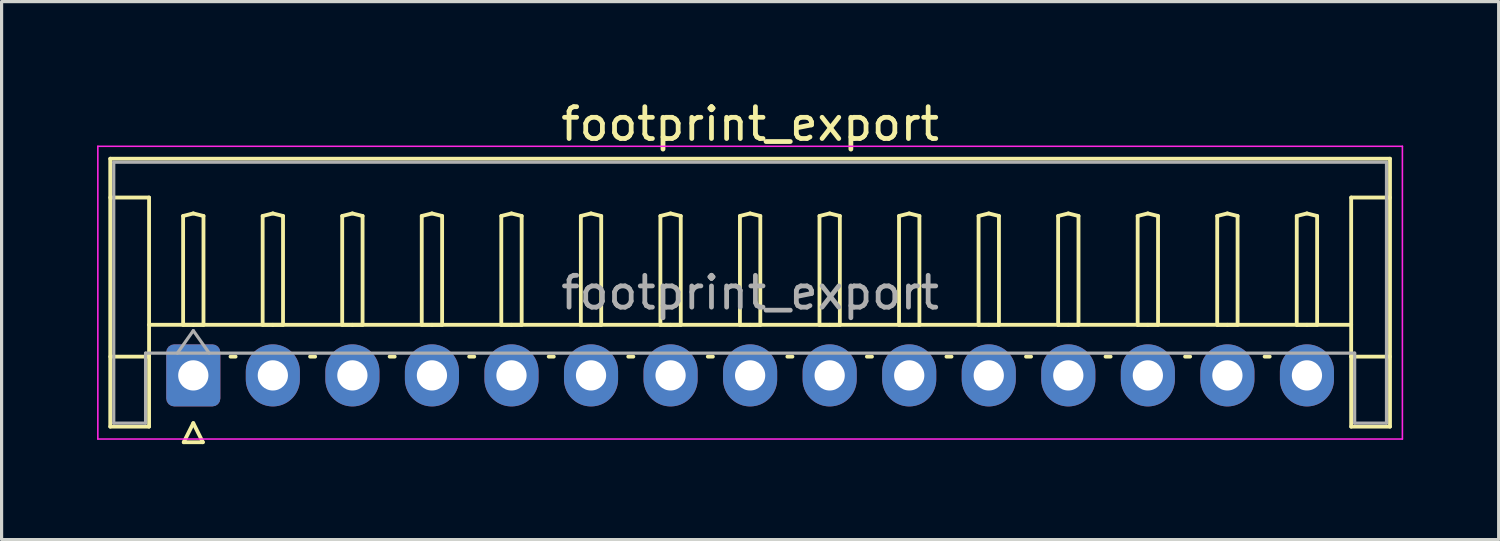
<source format=kicad_pcb>
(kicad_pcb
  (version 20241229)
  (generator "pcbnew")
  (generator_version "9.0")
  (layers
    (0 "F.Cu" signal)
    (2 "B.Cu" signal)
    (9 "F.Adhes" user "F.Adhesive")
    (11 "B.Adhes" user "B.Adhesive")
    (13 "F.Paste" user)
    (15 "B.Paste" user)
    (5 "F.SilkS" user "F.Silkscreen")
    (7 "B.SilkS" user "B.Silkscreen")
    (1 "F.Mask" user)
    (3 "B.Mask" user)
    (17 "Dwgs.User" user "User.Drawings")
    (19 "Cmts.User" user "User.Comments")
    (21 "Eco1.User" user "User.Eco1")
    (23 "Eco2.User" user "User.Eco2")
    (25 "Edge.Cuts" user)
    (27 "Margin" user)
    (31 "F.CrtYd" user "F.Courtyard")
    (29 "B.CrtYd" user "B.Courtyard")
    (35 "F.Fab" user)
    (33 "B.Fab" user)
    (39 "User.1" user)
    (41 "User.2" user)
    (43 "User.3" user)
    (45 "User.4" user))
  (footprint "footprint_export"
    (layer "F.Cu")
    (at 3.025 8.748)
    (property "Reference" "footprint_export" (at 17.5 -7.9 0) (layer "F.SilkS") (effects (font (size 1 1) (thickness 0.15))))
    (attr through_hole)
    (fp_line (start -2.61 -6.81) (end 37.61 -6.81) (stroke (width 0.12) (type solid)) (layer "F.SilkS"))
    (fp_line (start -2.61 -5.59) (end -1.39 -5.59) (stroke (width 0.12) (type solid)) (layer "F.SilkS"))
    (fp_line (start -2.61 1.61) (end -2.61 -6.81) (stroke (width 0.12) (type solid)) (layer "F.SilkS"))
    (fp_line (start -1.39 -5.59) (end -1.39 -0.59) (stroke (width 0.12) (type solid)) (layer "F.SilkS"))
    (fp_line (start -1.39 -1.59) (end 36.39 -1.59) (stroke (width 0.12) (type solid)) (layer "F.SilkS"))
    (fp_line (start -1.39 -0.59) (end -2.61 -0.59) (stroke (width 0.12) (type solid)) (layer "F.SilkS"))
    (fp_line (start -1.39 -0.59) (end -1.39 1.61) (stroke (width 0.12) (type solid)) (layer "F.SilkS"))
    (fp_line (start -1.39 1.61) (end -2.61 1.61) (stroke (width 0.12) (type solid)) (layer "F.SilkS"))
    (fp_line (start -0.32 -5.01) (end 0 -5.09) (stroke (width 0.12) (type solid)) (layer "F.SilkS"))
    (fp_line (start -0.32 -1.59) (end -0.32 -5.01) (stroke (width 0.12) (type solid)) (layer "F.SilkS"))
    (fp_line (start -0.3 2.1) (end 0.3 2.1) (stroke (width 0.12) (type solid)) (layer "F.SilkS"))
    (fp_line (start 0 -5.09) (end 0.32 -5.01) (stroke (width 0.12) (type solid)) (layer "F.SilkS"))
    (fp_line (start 0 -1.59) (end -0.32 -1.59) (stroke (width 0.12) (type solid)) (layer "F.SilkS"))
    (fp_line (start 0 1.5) (end -0.3 2.1) (stroke (width 0.12) (type solid)) (layer "F.SilkS"))
    (fp_line (start 0.3 2.1) (end 0 1.5) (stroke (width 0.12) (type solid)) (layer "F.SilkS"))
    (fp_line (start 0.32 -5.01) (end 0.32 -1.59) (stroke (width 0.12) (type solid)) (layer "F.SilkS"))
    (fp_line (start 0.32 -1.59) (end 0 -1.59) (stroke (width 0.12) (type solid)) (layer "F.SilkS"))
    (fp_line (start 1.17 -0.59) (end 1.33 -0.59) (stroke (width 0.12) (type solid)) (layer "F.SilkS"))
    (fp_line (start 2.18 -5.01) (end 2.5 -5.09) (stroke (width 0.12) (type solid)) (layer "F.SilkS"))
    (fp_line (start 2.18 -1.59) (end 2.18 -5.01) (stroke (width 0.12) (type solid)) (layer "F.SilkS"))
    (fp_line (start 2.5 -5.09) (end 2.82 -5.01) (stroke (width 0.12) (type solid)) (layer "F.SilkS"))
    (fp_line (start 2.5 -1.59) (end 2.18 -1.59) (stroke (width 0.12) (type solid)) (layer "F.SilkS"))
    (fp_line (start 2.82 -5.01) (end 2.82 -1.59) (stroke (width 0.12) (type solid)) (layer "F.SilkS"))
    (fp_line (start 2.82 -1.59) (end 2.5 -1.59) (stroke (width 0.12) (type solid)) (layer "F.SilkS"))
    (fp_line (start 3.67 -0.59) (end 3.83 -0.59) (stroke (width 0.12) (type solid)) (layer "F.SilkS"))
    (fp_line (start 4.68 -5.01) (end 5 -5.09) (stroke (width 0.12) (type solid)) (layer "F.SilkS"))
    (fp_line (start 4.68 -1.59) (end 4.68 -5.01) (stroke (width 0.12) (type solid)) (layer "F.SilkS"))
    (fp_line (start 5 -5.09) (end 5.32 -5.01) (stroke (width 0.12) (type solid)) (layer "F.SilkS"))
    (fp_line (start 5 -1.59) (end 4.68 -1.59) (stroke (width 0.12) (type solid)) (layer "F.SilkS"))
    (fp_line (start 5.32 -5.01) (end 5.32 -1.59) (stroke (width 0.12) (type solid)) (layer "F.SilkS"))
    (fp_line (start 5.32 -1.59) (end 5 -1.59) (stroke (width 0.12) (type solid)) (layer "F.SilkS"))
    (fp_line (start 6.17 -0.59) (end 6.33 -0.59) (stroke (width 0.12) (type solid)) (layer "F.SilkS"))
    (fp_line (start 7.18 -5.01) (end 7.5 -5.09) (stroke (width 0.12) (type solid)) (layer "F.SilkS"))
    (fp_line (start 7.18 -1.59) (end 7.18 -5.01) (stroke (width 0.12) (type solid)) (layer "F.SilkS"))
    (fp_line (start 7.5 -5.09) (end 7.82 -5.01) (stroke (width 0.12) (type solid)) (layer "F.SilkS"))
    (fp_line (start 7.5 -1.59) (end 7.18 -1.59) (stroke (width 0.12) (type solid)) (layer "F.SilkS"))
    (fp_line (start 7.82 -5.01) (end 7.82 -1.59) (stroke (width 0.12) (type solid)) (layer "F.SilkS"))
    (fp_line (start 7.82 -1.59) (end 7.5 -1.59) (stroke (width 0.12) (type solid)) (layer "F.SilkS"))
    (fp_line (start 8.67 -0.59) (end 8.83 -0.59) (stroke (width 0.12) (type solid)) (layer "F.SilkS"))
    (fp_line (start 9.68 -5.01) (end 10 -5.09) (stroke (width 0.12) (type solid)) (layer "F.SilkS"))
    (fp_line (start 9.68 -1.59) (end 9.68 -5.01) (stroke (width 0.12) (type solid)) (layer "F.SilkS"))
    (fp_line (start 10 -5.09) (end 10.32 -5.01) (stroke (width 0.12) (type solid)) (layer "F.SilkS"))
    (fp_line (start 10 -1.59) (end 9.68 -1.59) (stroke (width 0.12) (type solid)) (layer "F.SilkS"))
    (fp_line (start 10.32 -5.01) (end 10.32 -1.59) (stroke (width 0.12) (type solid)) (layer "F.SilkS"))
    (fp_line (start 10.32 -1.59) (end 10 -1.59) (stroke (width 0.12) (type solid)) (layer "F.SilkS"))
    (fp_line (start 11.17 -0.59) (end 11.33 -0.59) (stroke (width 0.12) (type solid)) (layer "F.SilkS"))
    (fp_line (start 12.18 -5.01) (end 12.5 -5.09) (stroke (width 0.12) (type solid)) (layer "F.SilkS"))
    (fp_line (start 12.18 -1.59) (end 12.18 -5.01) (stroke (width 0.12) (type solid)) (layer "F.SilkS"))
    (fp_line (start 12.5 -5.09) (end 12.82 -5.01) (stroke (width 0.12) (type solid)) (layer "F.SilkS"))
    (fp_line (start 12.5 -1.59) (end 12.18 -1.59) (stroke (width 0.12) (type solid)) (layer "F.SilkS"))
    (fp_line (start 12.82 -5.01) (end 12.82 -1.59) (stroke (width 0.12) (type solid)) (layer "F.SilkS"))
    (fp_line (start 12.82 -1.59) (end 12.5 -1.59) (stroke (width 0.12) (type solid)) (layer "F.SilkS"))
    (fp_line (start 13.67 -0.59) (end 13.83 -0.59) (stroke (width 0.12) (type solid)) (layer "F.SilkS"))
    (fp_line (start 14.68 -5.01) (end 15 -5.09) (stroke (width 0.12) (type solid)) (layer "F.SilkS"))
    (fp_line (start 14.68 -1.59) (end 14.68 -5.01) (stroke (width 0.12) (type solid)) (layer "F.SilkS"))
    (fp_line (start 15 -5.09) (end 15.32 -5.01) (stroke (width 0.12) (type solid)) (layer "F.SilkS"))
    (fp_line (start 15 -1.59) (end 14.68 -1.59) (stroke (width 0.12) (type solid)) (layer "F.SilkS"))
    (fp_line (start 15.32 -5.01) (end 15.32 -1.59) (stroke (width 0.12) (type solid)) (layer "F.SilkS"))
    (fp_line (start 15.32 -1.59) (end 15 -1.59) (stroke (width 0.12) (type solid)) (layer "F.SilkS"))
    (fp_line (start 16.17 -0.59) (end 16.33 -0.59) (stroke (width 0.12) (type solid)) (layer "F.SilkS"))
    (fp_line (start 17.18 -5.01) (end 17.5 -5.09) (stroke (width 0.12) (type solid)) (layer "F.SilkS"))
    (fp_line (start 17.18 -1.59) (end 17.18 -5.01) (stroke (width 0.12) (type solid)) (layer "F.SilkS"))
    (fp_line (start 17.5 -5.09) (end 17.82 -5.01) (stroke (width 0.12) (type solid)) (layer "F.SilkS"))
    (fp_line (start 17.5 -1.59) (end 17.18 -1.59) (stroke (width 0.12) (type solid)) (layer "F.SilkS"))
    (fp_line (start 17.82 -5.01) (end 17.82 -1.59) (stroke (width 0.12) (type solid)) (layer "F.SilkS"))
    (fp_line (start 17.82 -1.59) (end 17.5 -1.59) (stroke (width 0.12) (type solid)) (layer "F.SilkS"))
    (fp_line (start 18.67 -0.59) (end 18.83 -0.59) (stroke (width 0.12) (type solid)) (layer "F.SilkS"))
    (fp_line (start 19.68 -5.01) (end 20 -5.09) (stroke (width 0.12) (type solid)) (layer "F.SilkS"))
    (fp_line (start 19.68 -1.59) (end 19.68 -5.01) (stroke (width 0.12) (type solid)) (layer "F.SilkS"))
    (fp_line (start 20 -5.09) (end 20.32 -5.01) (stroke (width 0.12) (type solid)) (layer "F.SilkS"))
    (fp_line (start 20 -1.59) (end 19.68 -1.59) (stroke (width 0.12) (type solid)) (layer "F.SilkS"))
    (fp_line (start 20.32 -5.01) (end 20.32 -1.59) (stroke (width 0.12) (type solid)) (layer "F.SilkS"))
    (fp_line (start 20.32 -1.59) (end 20 -1.59) (stroke (width 0.12) (type solid)) (layer "F.SilkS"))
    (fp_line (start 21.17 -0.59) (end 21.33 -0.59) (stroke (width 0.12) (type solid)) (layer "F.SilkS"))
    (fp_line (start 22.18 -5.01) (end 22.5 -5.09) (stroke (width 0.12) (type solid)) (layer "F.SilkS"))
    (fp_line (start 22.18 -1.59) (end 22.18 -5.01) (stroke (width 0.12) (type solid)) (layer "F.SilkS"))
    (fp_line (start 22.5 -5.09) (end 22.82 -5.01) (stroke (width 0.12) (type solid)) (layer "F.SilkS"))
    (fp_line (start 22.5 -1.59) (end 22.18 -1.59) (stroke (width 0.12) (type solid)) (layer "F.SilkS"))
    (fp_line (start 22.82 -5.01) (end 22.82 -1.59) (stroke (width 0.12) (type solid)) (layer "F.SilkS"))
    (fp_line (start 22.82 -1.59) (end 22.5 -1.59) (stroke (width 0.12) (type solid)) (layer "F.SilkS"))
    (fp_line (start 23.67 -0.59) (end 23.83 -0.59) (stroke (width 0.12) (type solid)) (layer "F.SilkS"))
    (fp_line (start 24.68 -5.01) (end 25 -5.09) (stroke (width 0.12) (type solid)) (layer "F.SilkS"))
    (fp_line (start 24.68 -1.59) (end 24.68 -5.01) (stroke (width 0.12) (type solid)) (layer "F.SilkS"))
    (fp_line (start 25 -5.09) (end 25.32 -5.01) (stroke (width 0.12) (type solid)) (layer "F.SilkS"))
    (fp_line (start 25 -1.59) (end 24.68 -1.59) (stroke (width 0.12) (type solid)) (layer "F.SilkS"))
    (fp_line (start 25.32 -5.01) (end 25.32 -1.59) (stroke (width 0.12) (type solid)) (layer "F.SilkS"))
    (fp_line (start 25.32 -1.59) (end 25 -1.59) (stroke (width 0.12) (type solid)) (layer "F.SilkS"))
    (fp_line (start 26.17 -0.59) (end 26.33 -0.59) (stroke (width 0.12) (type solid)) (layer "F.SilkS"))
    (fp_line (start 27.18 -5.01) (end 27.5 -5.09) (stroke (width 0.12) (type solid)) (layer "F.SilkS"))
    (fp_line (start 27.18 -1.59) (end 27.18 -5.01) (stroke (width 0.12) (type solid)) (layer "F.SilkS"))
    (fp_line (start 27.5 -5.09) (end 27.82 -5.01) (stroke (width 0.12) (type solid)) (layer "F.SilkS"))
    (fp_line (start 27.5 -1.59) (end 27.18 -1.59) (stroke (width 0.12) (type solid)) (layer "F.SilkS"))
    (fp_line (start 27.82 -5.01) (end 27.82 -1.59) (stroke (width 0.12) (type solid)) (layer "F.SilkS"))
    (fp_line (start 27.82 -1.59) (end 27.5 -1.59) (stroke (width 0.12) (type solid)) (layer "F.SilkS"))
    (fp_line (start 28.67 -0.59) (end 28.83 -0.59) (stroke (width 0.12) (type solid)) (layer "F.SilkS"))
    (fp_line (start 29.68 -5.01) (end 30 -5.09) (stroke (width 0.12) (type solid)) (layer "F.SilkS"))
    (fp_line (start 29.68 -1.59) (end 29.68 -5.01) (stroke (width 0.12) (type solid)) (layer "F.SilkS"))
    (fp_line (start 30 -5.09) (end 30.32 -5.01) (stroke (width 0.12) (type solid)) (layer "F.SilkS"))
    (fp_line (start 30 -1.59) (end 29.68 -1.59) (stroke (width 0.12) (type solid)) (layer "F.SilkS"))
    (fp_line (start 30.32 -5.01) (end 30.32 -1.59) (stroke (width 0.12) (type solid)) (layer "F.SilkS"))
    (fp_line (start 30.32 -1.59) (end 30 -1.59) (stroke (width 0.12) (type solid)) (layer "F.SilkS"))
    (fp_line (start 31.17 -0.59) (end 31.33 -0.59) (stroke (width 0.12) (type solid)) (layer "F.SilkS"))
    (fp_line (start 32.18 -5.01) (end 32.5 -5.09) (stroke (width 0.12) (type solid)) (layer "F.SilkS"))
    (fp_line (start 32.18 -1.59) (end 32.18 -5.01) (stroke (width 0.12) (type solid)) (layer "F.SilkS"))
    (fp_line (start 32.5 -5.09) (end 32.82 -5.01) (stroke (width 0.12) (type solid)) (layer "F.SilkS"))
    (fp_line (start 32.5 -1.59) (end 32.18 -1.59) (stroke (width 0.12) (type solid)) (layer "F.SilkS"))
    (fp_line (start 32.82 -5.01) (end 32.82 -1.59) (stroke (width 0.12) (type solid)) (layer "F.SilkS"))
    (fp_line (start 32.82 -1.59) (end 32.5 -1.59) (stroke (width 0.12) (type solid)) (layer "F.SilkS"))
    (fp_line (start 33.67 -0.59) (end 33.83 -0.59) (stroke (width 0.12) (type solid)) (layer "F.SilkS"))
    (fp_line (start 34.68 -5.01) (end 35 -5.09) (stroke (width 0.12) (type solid)) (layer "F.SilkS"))
    (fp_line (start 34.68 -1.59) (end 34.68 -5.01) (stroke (width 0.12) (type solid)) (layer "F.SilkS"))
    (fp_line (start 35 -5.09) (end 35.32 -5.01) (stroke (width 0.12) (type solid)) (layer "F.SilkS"))
    (fp_line (start 35 -1.59) (end 34.68 -1.59) (stroke (width 0.12) (type solid)) (layer "F.SilkS"))
    (fp_line (start 35.32 -5.01) (end 35.32 -1.59) (stroke (width 0.12) (type solid)) (layer "F.SilkS"))
    (fp_line (start 35.32 -1.59) (end 35 -1.59) (stroke (width 0.12) (type solid)) (layer "F.SilkS"))
    (fp_line (start 36.39 -5.59) (end 36.39 -0.59) (stroke (width 0.12) (type solid)) (layer "F.SilkS"))
    (fp_line (start 36.39 -0.59) (end 37.61 -0.59) (stroke (width 0.12) (type solid)) (layer "F.SilkS"))
    (fp_line (start 36.39 1.61) (end 36.39 -0.59) (stroke (width 0.12) (type solid)) (layer "F.SilkS"))
    (fp_line (start 37.61 -6.81) (end 37.61 1.61) (stroke (width 0.12) (type solid)) (layer "F.SilkS"))
    (fp_line (start 37.61 -5.59) (end 36.39 -5.59) (stroke (width 0.12) (type solid)) (layer "F.SilkS"))
    (fp_line (start 37.61 1.61) (end 36.39 1.61) (stroke (width 0.12) (type solid)) (layer "F.SilkS"))
    (fp_line (start -3 -7.2) (end -3 2) (stroke (width 0.05) (type solid)) (layer "F.CrtYd"))
    (fp_line (start -3 2) (end 38 2) (stroke (width 0.05) (type solid)) (layer "F.CrtYd"))
    (fp_line (start 38 -7.2) (end -3 -7.2) (stroke (width 0.05) (type solid)) (layer "F.CrtYd"))
    (fp_line (start 38 2) (end 38 -7.2) (stroke (width 0.05) (type solid)) (layer "F.CrtYd"))
    (fp_line (start -2.5 -6.7) (end 37.5 -6.7) (stroke (width 0.1) (type solid)) (layer "F.Fab"))
    (fp_line (start -2.5 1.5) (end -2.5 -6.7) (stroke (width 0.1) (type solid)) (layer "F.Fab"))
    (fp_line (start -1.5 -0.7) (end -1.5 1.5) (stroke (width 0.1) (type solid)) (layer "F.Fab"))
    (fp_line (start -1.5 1.5) (end -2.5 1.5) (stroke (width 0.1) (type solid)) (layer "F.Fab"))
    (fp_line (start -0.5 -0.7) (end 0 -1.407) (stroke (width 0.1) (type solid)) (layer "F.Fab"))
    (fp_line (start 0 -1.407) (end 0.5 -0.7) (stroke (width 0.1) (type solid)) (layer "F.Fab"))
    (fp_line (start 36.5 -0.7) (end -1.5 -0.7) (stroke (width 0.1) (type solid)) (layer "F.Fab"))
    (fp_line (start 36.5 1.5) (end 36.5 -0.7) (stroke (width 0.1) (type solid)) (layer "F.Fab"))
    (fp_line (start 37.5 -6.7) (end 37.5 1.5) (stroke (width 0.1) (type solid)) (layer "F.Fab"))
    (fp_line (start 37.5 1.5) (end 36.5 1.5) (stroke (width 0.1) (type solid)) (layer "F.Fab"))
    (fp_text user "${REFERENCE}" (at 17.5 -2.6 0) (layer "F.Fab") (effects (font (size 1 1) (thickness 0.15))))
    (pad "1" thru_hole roundrect (at 0 0) (size 1.7 1.95) (drill 0.95) (layers "*.Cu" "*.Mask") (roundrect_rratio 0.147))
    (pad "2" thru_hole oval (at 2.5 0) (size 1.7 1.95) (drill 0.95) (layers "*.Cu" "*.Mask"))
    (pad "3" thru_hole oval (at 5 0) (size 1.7 1.95) (drill 0.95) (layers "*.Cu" "*.Mask"))
    (pad "4" thru_hole oval (at 7.5 0) (size 1.7 1.95) (drill 0.95) (layers "*.Cu" "*.Mask"))
    (pad "5" thru_hole oval (at 10 0) (size 1.7 1.95) (drill 0.95) (layers "*.Cu" "*.Mask"))
    (pad "6" thru_hole oval (at 12.5 0) (size 1.7 1.95) (drill 0.95) (layers "*.Cu" "*.Mask"))
    (pad "7" thru_hole oval (at 15 0) (size 1.7 1.95) (drill 0.95) (layers "*.Cu" "*.Mask"))
    (pad "8" thru_hole oval (at 17.5 0) (size 1.7 1.95) (drill 0.95) (layers "*.Cu" "*.Mask"))
    (pad "9" thru_hole oval (at 20 0) (size 1.7 1.95) (drill 0.95) (layers "*.Cu" "*.Mask"))
    (pad "10" thru_hole oval (at 22.5 0) (size 1.7 1.95) (drill 0.95) (layers "*.Cu" "*.Mask"))
    (pad "11" thru_hole oval (at 25 0) (size 1.7 1.95) (drill 0.95) (layers "*.Cu" "*.Mask"))
    (pad "12" thru_hole oval (at 27.5 0) (size 1.7 1.95) (drill 0.95) (layers "*.Cu" "*.Mask"))
    (pad "13" thru_hole oval (at 30 0) (size 1.7 1.95) (drill 0.95) (layers "*.Cu" "*.Mask"))
    (pad "14" thru_hole oval (at 32.5 0) (size 1.7 1.95) (drill 0.95) (layers "*.Cu" "*.Mask"))
    (pad "15" thru_hole oval (at 35 0) (size 1.7 1.95) (drill 0.95) (layers "*.Cu" "*.Mask")))
  (gr_rect
    (start -3 -3)
    (end 44.05 13.908)
    (stroke (width 0.1) (type default))
    (fill no)
    (layer "Edge.Cuts")))
</source>
